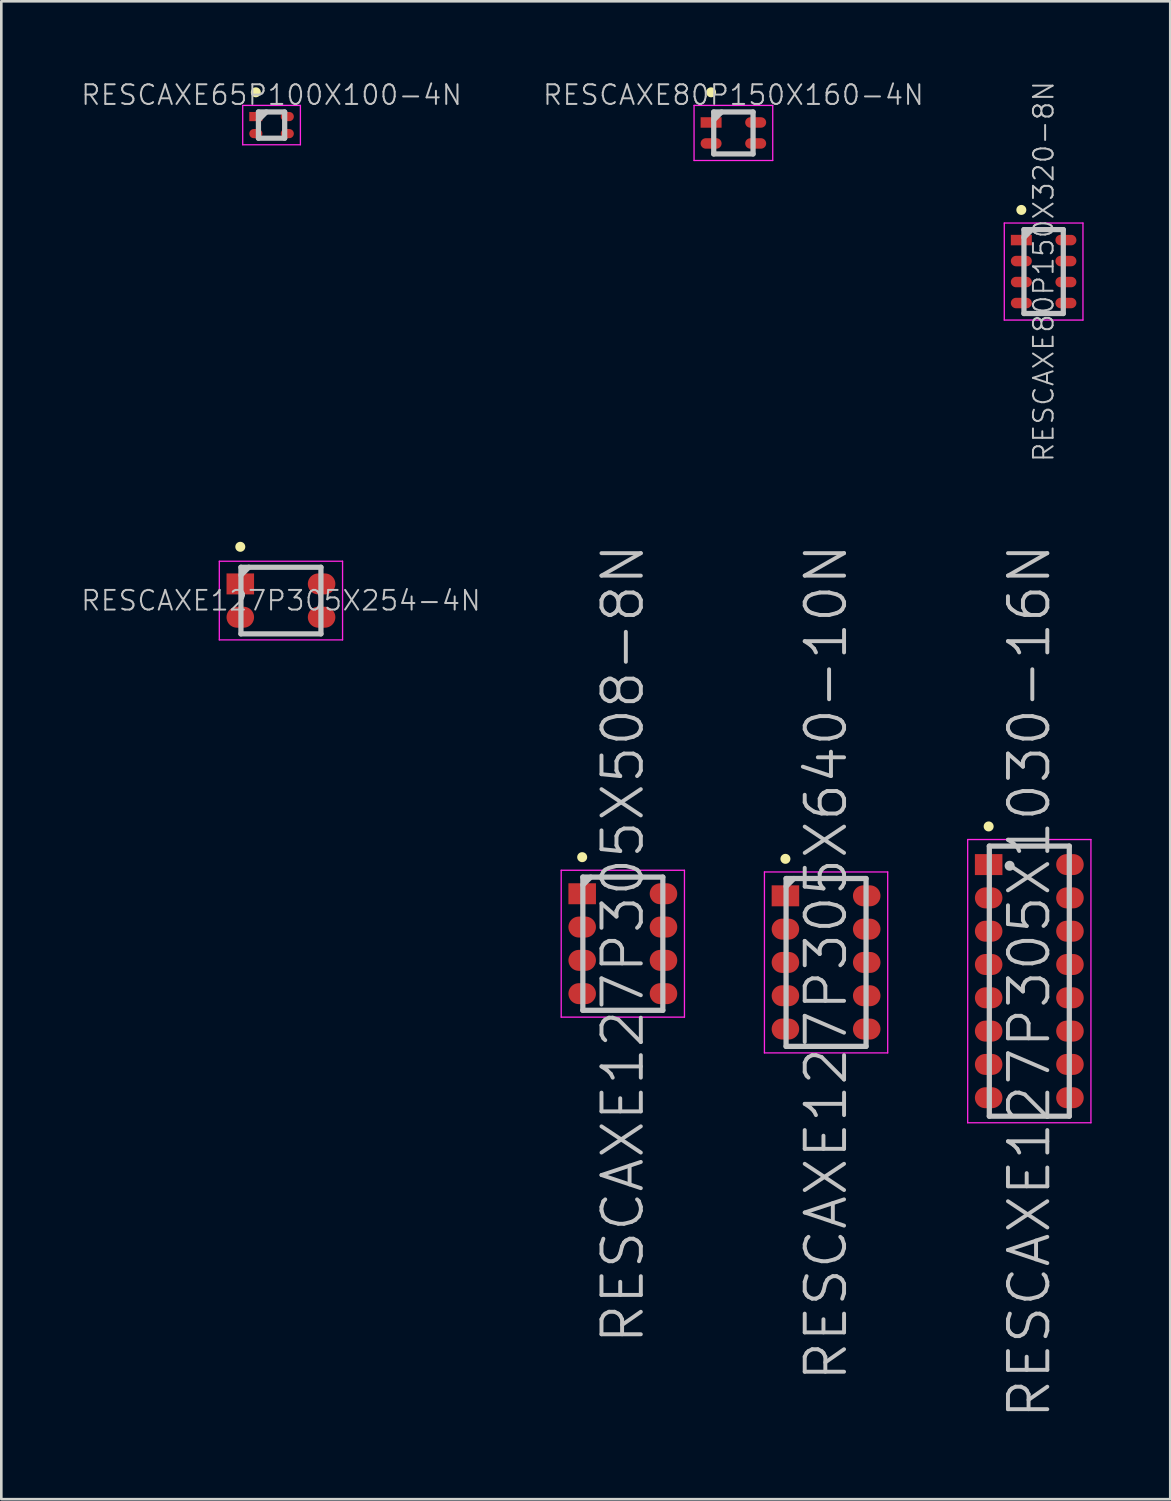
<source format=kicad_pcb>
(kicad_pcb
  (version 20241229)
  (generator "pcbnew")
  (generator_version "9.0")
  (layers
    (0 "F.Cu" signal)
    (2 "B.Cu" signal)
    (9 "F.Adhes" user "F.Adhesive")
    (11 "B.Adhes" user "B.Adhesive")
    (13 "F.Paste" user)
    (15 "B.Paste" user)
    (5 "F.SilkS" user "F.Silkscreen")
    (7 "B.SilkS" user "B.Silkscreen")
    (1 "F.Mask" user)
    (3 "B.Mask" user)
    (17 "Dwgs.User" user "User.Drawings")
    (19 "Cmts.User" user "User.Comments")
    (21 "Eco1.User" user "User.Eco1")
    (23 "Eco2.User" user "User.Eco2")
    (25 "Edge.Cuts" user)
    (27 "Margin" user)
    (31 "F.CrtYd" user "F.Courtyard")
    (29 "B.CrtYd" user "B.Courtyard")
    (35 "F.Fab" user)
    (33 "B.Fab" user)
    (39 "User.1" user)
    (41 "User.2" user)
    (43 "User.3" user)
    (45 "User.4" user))
  (footprint "RESCAXE127P305X640-10N"
    (layer "F.Cu")
    (at 28.45 33.65)
    (property "Reference" "RESCAXE127P305X640-10N" (at 0 0 90) (layer "Dwgs.User") (effects (font (size 1.5 1.5) (thickness 0.15))))
    (attr smd)
    (fp_line (start -1.55 -3.95) (end -1.55 -3.95) (stroke (width 0.381) (type solid)) (layer "F.SilkS"))
    (fp_line (start -1.525 -3.2) (end -1.525 3.2) (stroke (width 0.2) (type solid)) (layer "Dwgs.User"))
    (fp_line (start -1.525 -3.2) (end 1.525 -3.2) (stroke (width 0.2) (type solid)) (layer "Dwgs.User"))
    (fp_line (start -1.525 -2.9) (end -1.225 -3.2) (stroke (width 0.2) (type solid)) (layer "Dwgs.User"))
    (fp_line (start -1.525 3.2) (end 1.525 3.2) (stroke (width 0.2) (type solid)) (layer "Dwgs.User"))
    (fp_line (start 1.525 -3.2) (end 1.525 3.2) (stroke (width 0.2) (type solid)) (layer "Dwgs.User"))
    (fp_line (start -2.35 -3.45) (end -2.35 3.45) (stroke (width 0.05) (type solid)) (layer "F.CrtYd"))
    (fp_line (start -2.35 -3.45) (end 2.35 -3.45) (stroke (width 0.05) (type solid)) (layer "F.CrtYd"))
    (fp_line (start -2.35 3.45) (end 2.35 3.45) (stroke (width 0.05) (type solid)) (layer "F.CrtYd"))
    (fp_line (start 2.35 -3.45) (end 2.35 3.45) (stroke (width 0.05) (type solid)) (layer "F.CrtYd"))
    (pad "1" smd rect (at -1.55 -2.54) (size 1.05 0.8) (layers "F.Cu" "F.Mask" "F.Paste"))
    (pad "2" smd oval (at -1.55 -1.27) (size 1.05 0.8) (layers "F.Cu" "F.Mask" "F.Paste"))
    (pad "3" smd oval (at -1.55 0) (size 1.05 0.8) (layers "F.Cu" "F.Mask" "F.Paste"))
    (pad "4" smd oval (at -1.55 1.27) (size 1.05 0.8) (layers "F.Cu" "F.Mask" "F.Paste"))
    (pad "5" smd oval (at -1.55 2.54) (size 1.05 0.8) (layers "F.Cu" "F.Mask" "F.Paste"))
    (pad "6" smd oval (at 1.55 2.54) (size 1.05 0.8) (layers "F.Cu" "F.Mask" "F.Paste"))
    (pad "7" smd oval (at 1.55 1.27) (size 1.05 0.8) (layers "F.Cu" "F.Mask" "F.Paste"))
    (pad "8" smd oval (at 1.55 0) (size 1.05 0.8) (layers "F.Cu" "F.Mask" "F.Paste"))
    (pad "9" smd oval (at 1.55 -1.27) (size 1.05 0.8) (layers "F.Cu" "F.Mask" "F.Paste"))
    (pad "10" smd oval (at 1.55 -2.54) (size 1.05 0.8) (layers "F.Cu" "F.Mask" "F.Paste")))
  (footprint "RESCAXE127P305X508-8N"
    (layer "F.Cu")
    (at 20.7 32.936)
    (property "Reference" "RESCAXE127P305X508-8N" (at 0 0 90) (layer "Dwgs.User") (effects (font (size 1.5 1.5) (thickness 0.15))))
    (attr smd)
    (fp_line (start -1.55 -3.3) (end -1.55 -3.3) (stroke (width 0.381) (type solid)) (layer "F.SilkS"))
    (fp_line (start -1.525 -2.54) (end -1.525 2.54) (stroke (width 0.2) (type solid)) (layer "Dwgs.User"))
    (fp_line (start -1.525 -2.54) (end 1.525 -2.54) (stroke (width 0.2) (type solid)) (layer "Dwgs.User"))
    (fp_line (start -1.525 -2.24) (end -1.225 -2.54) (stroke (width 0.2) (type solid)) (layer "Dwgs.User"))
    (fp_line (start -1.525 2.54) (end 1.525 2.54) (stroke (width 0.2) (type solid)) (layer "Dwgs.User"))
    (fp_line (start 1.525 -2.54) (end 1.525 2.54) (stroke (width 0.2) (type solid)) (layer "Dwgs.User"))
    (fp_line (start -2.35 -2.8) (end -2.35 2.8) (stroke (width 0.05) (type solid)) (layer "F.CrtYd"))
    (fp_line (start -2.35 -2.8) (end 2.35 -2.8) (stroke (width 0.05) (type solid)) (layer "F.CrtYd"))
    (fp_line (start -2.35 2.8) (end 2.35 2.8) (stroke (width 0.05) (type solid)) (layer "F.CrtYd"))
    (fp_line (start 2.35 -2.8) (end 2.35 2.8) (stroke (width 0.05) (type solid)) (layer "F.CrtYd"))
    (pad "1" smd rect (at -1.55 -1.905) (size 1.05 0.8) (layers "F.Cu" "F.Mask" "F.Paste"))
    (pad "2" smd oval (at -1.55 -0.635) (size 1.05 0.8) (layers "F.Cu" "F.Mask" "F.Paste"))
    (pad "3" smd oval (at -1.55 0.635) (size 1.05 0.8) (layers "F.Cu" "F.Mask" "F.Paste"))
    (pad "4" smd oval (at -1.55 1.905) (size 1.05 0.8) (layers "F.Cu" "F.Mask" "F.Paste"))
    (pad "5" smd oval (at 1.55 1.905) (size 1.05 0.8) (layers "F.Cu" "F.Mask" "F.Paste"))
    (pad "6" smd oval (at 1.55 0.635) (size 1.05 0.8) (layers "F.Cu" "F.Mask" "F.Paste"))
    (pad "7" smd oval (at 1.55 -0.635) (size 1.05 0.8) (layers "F.Cu" "F.Mask" "F.Paste"))
    (pad "8" smd oval (at 1.55 -1.905) (size 1.05 0.8) (layers "F.Cu" "F.Mask" "F.Paste")))
  (footprint "RESCAXE80P150X320-8N"
    (layer "F.Cu")
    (at 36.746 7.305)
    (property "Reference" "RESCAXE80P150X320-8N" (at 0 0 90) (layer "Dwgs.User") (effects (font (size 0.75 0.75) (thickness 0.075))))
    (attr smd)
    (fp_line (start -0.85 -2.35) (end -0.85 -2.35) (stroke (width 0.381) (type solid)) (layer "F.SilkS"))
    (fp_line (start -0.75 -1.6) (end -0.75 1.6) (stroke (width 0.2) (type solid)) (layer "Dwgs.User"))
    (fp_line (start -0.75 -1.6) (end 0.75 -1.6) (stroke (width 0.2) (type solid)) (layer "Dwgs.User"))
    (fp_line (start -0.75 -1.3) (end -0.45 -1.6) (stroke (width 0.2) (type solid)) (layer "Dwgs.User"))
    (fp_line (start -0.75 1.6) (end 0.75 1.6) (stroke (width 0.2) (type solid)) (layer "Dwgs.User"))
    (fp_line (start 0.75 -1.6) (end 0.75 1.6) (stroke (width 0.2) (type solid)) (layer "Dwgs.User"))
    (fp_line (start -1.5 -1.85) (end -1.5 1.85) (stroke (width 0.05) (type solid)) (layer "F.CrtYd"))
    (fp_line (start -1.5 -1.85) (end 1.5 -1.85) (stroke (width 0.05) (type solid)) (layer "F.CrtYd"))
    (fp_line (start -1.5 1.85) (end 1.5 1.85) (stroke (width 0.05) (type solid)) (layer "F.CrtYd"))
    (fp_line (start 1.5 -1.85) (end 1.5 1.85) (stroke (width 0.05) (type solid)) (layer "F.CrtYd"))
    (pad "1" smd rect (at -0.85 -1.2) (size 0.8 0.4) (layers "F.Cu" "F.Mask" "F.Paste"))
    (pad "2" smd oval (at -0.85 -0.4) (size 0.8 0.4) (layers "F.Cu" "F.Mask" "F.Paste"))
    (pad "3" smd oval (at -0.85 0.4) (size 0.8 0.4) (layers "F.Cu" "F.Mask" "F.Paste"))
    (pad "4" smd oval (at -0.85 1.2) (size 0.8 0.4) (layers "F.Cu" "F.Mask" "F.Paste"))
    (pad "5" smd oval (at 0.85 1.2) (size 0.8 0.4) (layers "F.Cu" "F.Mask" "F.Paste"))
    (pad "6" smd oval (at 0.85 0.4) (size 0.8 0.4) (layers "F.Cu" "F.Mask" "F.Paste"))
    (pad "7" smd oval (at 0.85 -0.4) (size 0.8 0.4) (layers "F.Cu" "F.Mask" "F.Paste"))
    (pad "8" smd oval (at 0.85 -1.2) (size 0.8 0.4) (layers "F.Cu" "F.Mask" "F.Paste")))
  (footprint "RESCAXE127P305X1030-16N"
    (layer "F.Cu")
    (at 36.2 34.364)
    (property "Reference" "RESCAXE127P305X1030-16N" (at 0 0 90) (layer "Dwgs.User") (effects (font (size 1.5 1.5) (thickness 0.15))))
    (attr smd)
    (fp_line (start -1.55 -5.9) (end -1.55 -5.9) (stroke (width 0.381) (type solid)) (layer "F.SilkS"))
    (fp_line (start -1.525 -5.15) (end -1.525 5.15) (stroke (width 0.2) (type solid)) (layer "Dwgs.User"))
    (fp_line (start -1.525 -5.15) (end 1.525 -5.15) (stroke (width 0.2) (type solid)) (layer "Dwgs.User"))
    (fp_line (start -1.525 5.15) (end 1.525 5.15) (stroke (width 0.2) (type solid)) (layer "Dwgs.User"))
    (fp_line (start -0.75 -4.4) (end -0.75 -4.4) (stroke (width 0.381) (type solid)) (layer "Dwgs.User"))
    (fp_line (start 1.525 -5.15) (end 1.525 5.15) (stroke (width 0.2) (type solid)) (layer "Dwgs.User"))
    (fp_line (start -2.35 -5.4) (end -2.35 5.4) (stroke (width 0.05) (type solid)) (layer "F.CrtYd"))
    (fp_line (start -2.35 -5.4) (end 2.35 -5.4) (stroke (width 0.05) (type solid)) (layer "F.CrtYd"))
    (fp_line (start -2.35 5.4) (end 2.35 5.4) (stroke (width 0.05) (type solid)) (layer "F.CrtYd"))
    (fp_line (start 2.35 -5.4) (end 2.35 5.4) (stroke (width 0.05) (type solid)) (layer "F.CrtYd"))
    (pad "1" smd rect (at -1.55 -4.445) (size 1.05 0.8) (layers "F.Cu" "F.Mask" "F.Paste"))
    (pad "2" smd oval (at -1.55 -3.175) (size 1.05 0.8) (layers "F.Cu" "F.Mask" "F.Paste"))
    (pad "3" smd oval (at -1.55 -1.905) (size 1.05 0.8) (layers "F.Cu" "F.Mask" "F.Paste"))
    (pad "4" smd oval (at -1.55 -0.635) (size 1.05 0.8) (layers "F.Cu" "F.Mask" "F.Paste"))
    (pad "5" smd oval (at -1.55 0.635) (size 1.05 0.8) (layers "F.Cu" "F.Mask" "F.Paste"))
    (pad "6" smd oval (at -1.55 1.905) (size 1.05 0.8) (layers "F.Cu" "F.Mask" "F.Paste"))
    (pad "7" smd oval (at -1.55 3.175) (size 1.05 0.8) (layers "F.Cu" "F.Mask" "F.Paste"))
    (pad "8" smd oval (at -1.55 4.445) (size 1.05 0.8) (layers "F.Cu" "F.Mask" "F.Paste"))
    (pad "9" smd oval (at 1.55 4.445) (size 1.05 0.8) (layers "F.Cu" "F.Mask" "F.Paste"))
    (pad "10" smd oval (at 1.55 3.175) (size 1.05 0.8) (layers "F.Cu" "F.Mask" "F.Paste"))
    (pad "11" smd oval (at 1.55 1.905) (size 1.05 0.8) (layers "F.Cu" "F.Mask" "F.Paste"))
    (pad "12" smd oval (at 1.55 0.635) (size 1.05 0.8) (layers "F.Cu" "F.Mask" "F.Paste"))
    (pad "13" smd oval (at 1.55 -0.635) (size 1.05 0.8) (layers "F.Cu" "F.Mask" "F.Paste"))
    (pad "14" smd oval (at 1.55 -1.905) (size 1.05 0.8) (layers "F.Cu" "F.Mask" "F.Paste"))
    (pad "15" smd oval (at 1.55 -3.175) (size 1.05 0.8) (layers "F.Cu" "F.Mask" "F.Paste"))
    (pad "16" smd oval (at 1.55 -4.445) (size 1.05 0.8) (layers "F.Cu" "F.Mask" "F.Paste")))
  (footprint "RESCAXE80P150X160-4N"
    (layer "F.Cu")
    (at 24.916 2.02)
    (property "Reference" "RESCAXE80P150X160-4N" (at 0 -1.45 0) (layer "Dwgs.User") (effects (font (size 0.75 0.75) (thickness 0.075))))
    (attr smd)
    (fp_line (start -0.85 -1.55) (end -0.85 -1.55) (stroke (width 0.381) (type solid)) (layer "F.SilkS"))
    (fp_line (start -0.75 -0.8) (end -0.75 0.8) (stroke (width 0.2) (type solid)) (layer "Dwgs.User"))
    (fp_line (start -0.75 -0.8) (end 0.75 -0.8) (stroke (width 0.2) (type solid)) (layer "Dwgs.User"))
    (fp_line (start -0.75 -0.5) (end -0.45 -0.8) (stroke (width 0.2) (type solid)) (layer "Dwgs.User"))
    (fp_line (start -0.75 0.8) (end 0.75 0.8) (stroke (width 0.2) (type solid)) (layer "Dwgs.User"))
    (fp_line (start 0.75 -0.8) (end 0.75 0.8) (stroke (width 0.2) (type solid)) (layer "Dwgs.User"))
    (fp_line (start -1.5 -1.05) (end -1.5 1.05) (stroke (width 0.05) (type solid)) (layer "F.CrtYd"))
    (fp_line (start -1.5 -1.05) (end 1.5 -1.05) (stroke (width 0.05) (type solid)) (layer "F.CrtYd"))
    (fp_line (start -1.5 1.05) (end 1.5 1.05) (stroke (width 0.05) (type solid)) (layer "F.CrtYd"))
    (fp_line (start 1.5 -1.05) (end 1.5 1.05) (stroke (width 0.05) (type solid)) (layer "F.CrtYd"))
    (pad "1" smd rect (at -0.85 -0.4) (size 0.8 0.4) (layers "F.Cu" "F.Mask" "F.Paste"))
    (pad "2" smd oval (at -0.85 0.4) (size 0.8 0.4) (layers "F.Cu" "F.Mask" "F.Paste"))
    (pad "3" smd oval (at 0.85 0.4) (size 0.8 0.4) (layers "F.Cu" "F.Mask" "F.Paste"))
    (pad "4" smd oval (at 0.85 -0.4) (size 0.8 0.4) (layers "F.Cu" "F.Mask" "F.Paste")))
  (footprint "RESCAXE127P305X254-4N"
    (layer "F.Cu")
    (at 7.663 19.851)
    (property "Reference" "RESCAXE127P305X254-4N" (at 0 0 0) (layer "Dwgs.User") (effects (font (size 0.75 0.75) (thickness 0.075))))
    (attr smd)
    (fp_line (start -1.55 -2.05) (end -1.55 -2.05) (stroke (width 0.381) (type solid)) (layer "F.SilkS"))
    (fp_line (start -1.525 -1.27) (end -1.525 1.27) (stroke (width 0.2) (type solid)) (layer "Dwgs.User"))
    (fp_line (start -1.525 -1.27) (end 1.525 -1.27) (stroke (width 0.2) (type solid)) (layer "Dwgs.User"))
    (fp_line (start -1.525 -0.97) (end -1.225 -1.27) (stroke (width 0.2) (type solid)) (layer "Dwgs.User"))
    (fp_line (start -1.525 1.27) (end 1.525 1.27) (stroke (width 0.2) (type solid)) (layer "Dwgs.User"))
    (fp_line (start 1.525 -1.27) (end 1.525 1.27) (stroke (width 0.2) (type solid)) (layer "Dwgs.User"))
    (fp_line (start -2.35 -1.5) (end -2.35 1.5) (stroke (width 0.05) (type solid)) (layer "F.CrtYd"))
    (fp_line (start -2.35 -1.5) (end 2.35 -1.5) (stroke (width 0.05) (type solid)) (layer "F.CrtYd"))
    (fp_line (start -2.35 1.5) (end 2.35 1.5) (stroke (width 0.05) (type solid)) (layer "F.CrtYd"))
    (fp_line (start 2.35 -1.5) (end 2.35 1.5) (stroke (width 0.05) (type solid)) (layer "F.CrtYd"))
    (pad "1" smd rect (at -1.55 -0.635) (size 1.05 0.8) (layers "F.Cu" "F.Mask" "F.Paste"))
    (pad "2" smd oval (at -1.55 0.635) (size 1.05 0.8) (layers "F.Cu" "F.Mask" "F.Paste"))
    (pad "3" smd oval (at 1.55 0.635) (size 1.05 0.8) (layers "F.Cu" "F.Mask" "F.Paste"))
    (pad "4" smd oval (at 1.55 -0.635) (size 1.05 0.8) (layers "F.Cu" "F.Mask" "F.Paste")))
  (footprint "RESCAXE65P100X100-4N"
    (layer "F.Cu")
    (at 7.305 1.72)
    (property "Reference" "RESCAXE65P100X100-4N" (at 0 -1.15 0) (layer "Dwgs.User") (effects (font (size 0.75 0.75) (thickness 0.075))))
    (attr smd)
    (fp_line (start -0.6 -1.25) (end -0.6 -1.25) (stroke (width 0.381) (type solid)) (layer "F.SilkS"))
    (fp_line (start -0.5 -0.5) (end -0.5 0.5) (stroke (width 0.2) (type solid)) (layer "Dwgs.User"))
    (fp_line (start -0.5 -0.5) (end 0.5 -0.5) (stroke (width 0.2) (type solid)) (layer "Dwgs.User"))
    (fp_line (start -0.5 -0.2) (end -0.2 -0.5) (stroke (width 0.2) (type solid)) (layer "Dwgs.User"))
    (fp_line (start -0.5 0.5) (end 0.5 0.5) (stroke (width 0.2) (type solid)) (layer "Dwgs.User"))
    (fp_line (start 0.5 -0.5) (end 0.5 0.5) (stroke (width 0.2) (type solid)) (layer "Dwgs.User"))
    (fp_line (start -1.1 -0.75) (end -1.1 0.75) (stroke (width 0.05) (type solid)) (layer "F.CrtYd"))
    (fp_line (start -1.1 -0.75) (end 1.1 -0.75) (stroke (width 0.05) (type solid)) (layer "F.CrtYd"))
    (fp_line (start -1.1 0.75) (end 1.1 0.75) (stroke (width 0.05) (type solid)) (layer "F.CrtYd"))
    (fp_line (start 1.1 -0.75) (end 1.1 0.75) (stroke (width 0.05) (type solid)) (layer "F.CrtYd"))
    (pad "1" smd rect (at -0.6 -0.325) (size 0.5 0.35) (layers "F.Cu" "F.Mask" "F.Paste"))
    (pad "2" smd oval (at -0.6 0.325) (size 0.5 0.35) (layers "F.Cu" "F.Mask" "F.Paste"))
    (pad "3" smd oval (at 0.6 0.325) (size 0.5 0.35) (layers "F.Cu" "F.Mask" "F.Paste"))
    (pad "4" smd oval (at 0.6 -0.325) (size 0.5 0.35) (layers "F.Cu" "F.Mask" "F.Paste")))
  (gr_rect
    (start -3 -3)
    (end 41.575 54.118)
    (stroke (width 0.1) (type default))
    (fill no)
    (layer "Edge.Cuts")))
</source>
